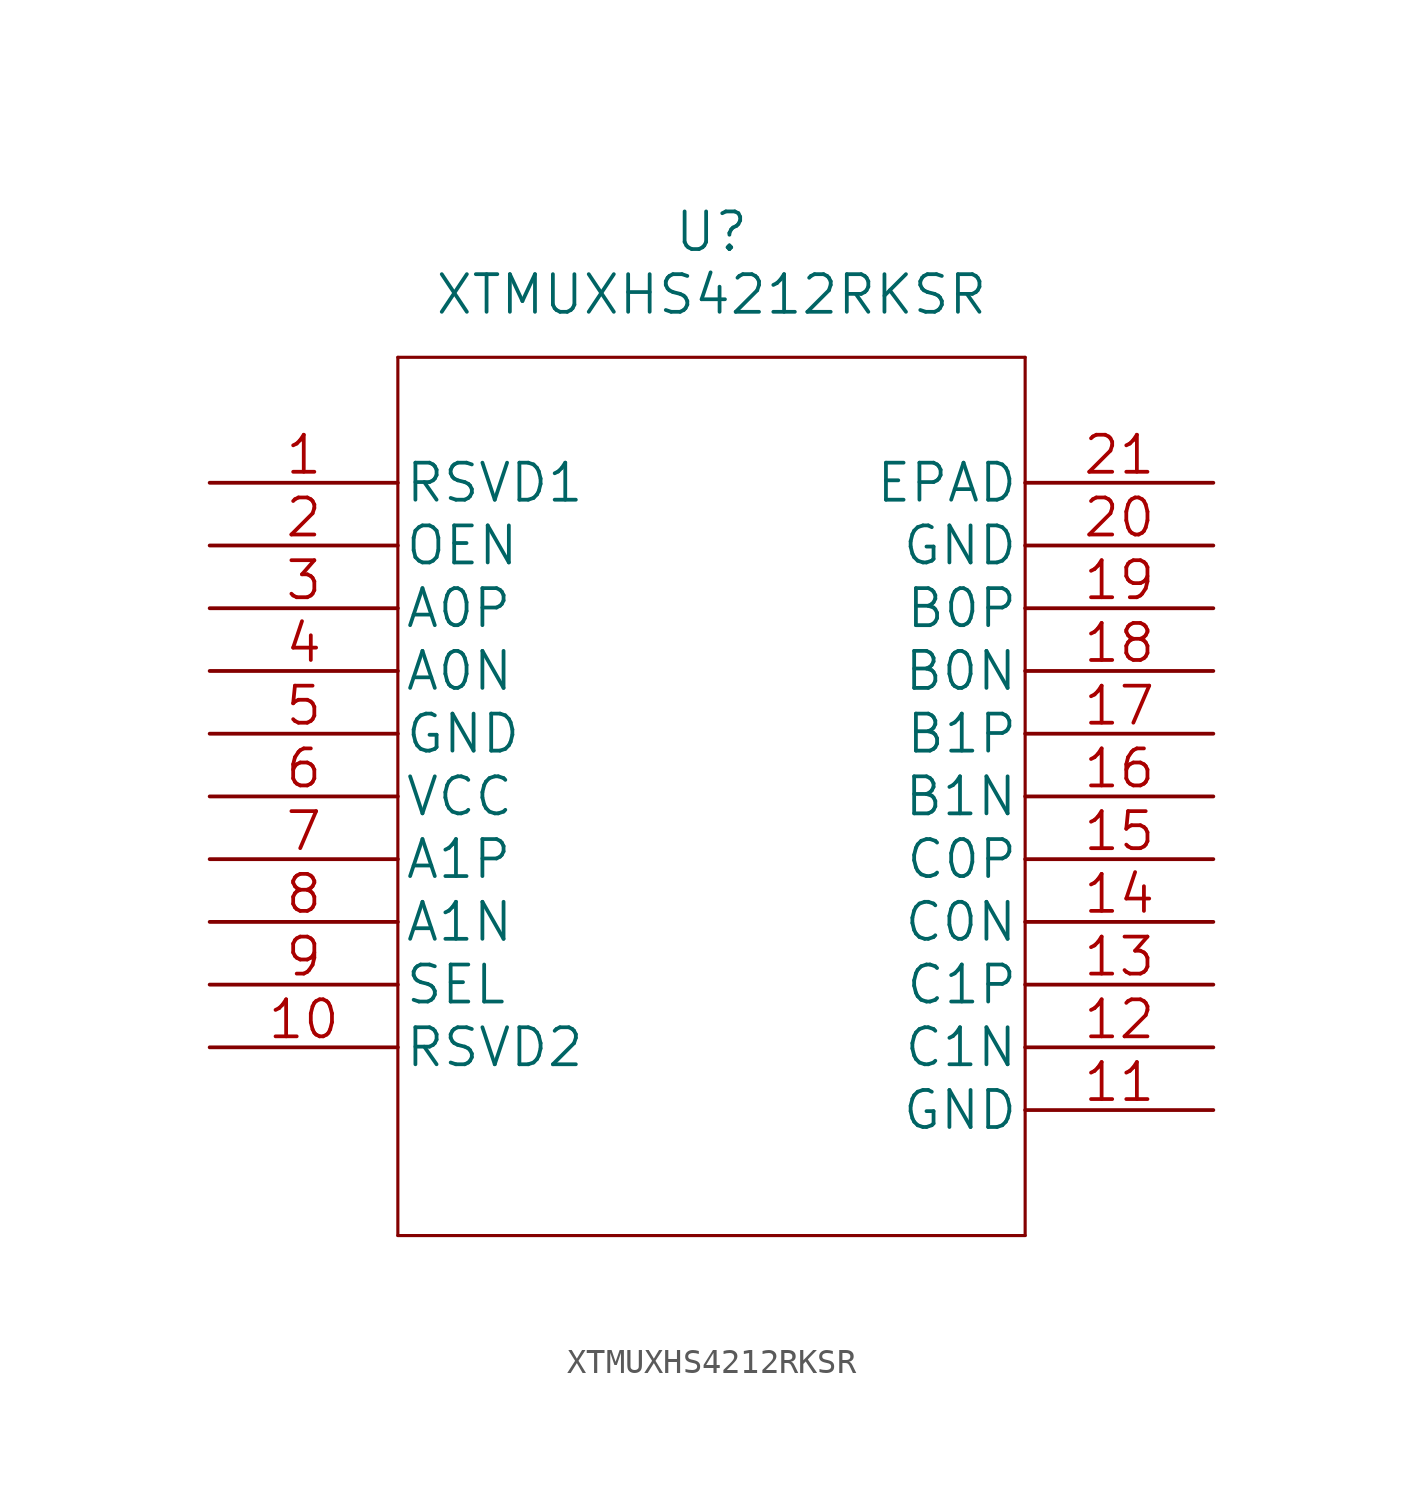
<source format=kicad_sym>
(kicad_symbol_lib
  (version 20220914)
  (generator kicad_symbol_editor)
  (symbol "XTMUXHS4212RKSR"
    (pin_names
      (offset 0.254))
    (property "Reference" "U"
      (at 20.32 10.16 0)
      (effects (font (size 1.524 1.524))))
    (property "Value" "XTMUXHS4212RKSR"
      (at 20.32 7.62 0)
      (effects (font (size 1.524 1.524))))
    (property "Datasheet" ""
      (at 0 0 0)
      (effects (font (size 1.524 1.524))))
    (symbol "XTMUXHS4212RKSR_1_1"
      (polyline (pts (xy 7.62 -30.48) (xy 33.02 -30.48)) (stroke (width 0.127) (type solid)) (fill (type none)))
      (polyline (pts (xy 7.62 5.08) (xy 7.62 -30.48)) (stroke (width 0.127) (type solid)) (fill (type none)))
      (polyline (pts (xy 33.02 -30.48) (xy 33.02 5.08)) (stroke (width 0.127) (type solid)) (fill (type none)))
      (polyline (pts (xy 33.02 5.08) (xy 7.62 5.08)) (stroke (width 0.127) (type solid)) (fill (type none)))
      (pin power_in line (at 0 0 0) (length 7.62) (name "RSVD1" (effects (font (size 1.499 1.499)))) (number "1" (effects (font (size 1.499 1.499)))))
      (pin power_in line (at 0 -22.86 0) (length 7.62) (name "RSVD2" (effects (font (size 1.499 1.499)))) (number "10" (effects (font (size 1.499 1.499)))))
      (pin power_in line (at 40.64 -25.4 180) (length 7.62) (name "GND" (effects (font (size 1.499 1.499)))) (number "11" (effects (font (size 1.499 1.499)))))
      (pin bidirectional line (at 40.64 -22.86 180) (length 7.62) (name "C1N" (effects (font (size 1.499 1.499)))) (number "12" (effects (font (size 1.499 1.499)))))
      (pin bidirectional line (at 40.64 -20.32 180) (length 7.62) (name "C1P" (effects (font (size 1.499 1.499)))) (number "13" (effects (font (size 1.499 1.499)))))
      (pin bidirectional line (at 40.64 -17.78 180) (length 7.62) (name "C0N" (effects (font (size 1.499 1.499)))) (number "14" (effects (font (size 1.499 1.499)))))
      (pin bidirectional line (at 40.64 -15.24 180) (length 7.62) (name "C0P" (effects (font (size 1.499 1.499)))) (number "15" (effects (font (size 1.499 1.499)))))
      (pin bidirectional line (at 40.64 -12.7 180) (length 7.62) (name "B1N" (effects (font (size 1.499 1.499)))) (number "16" (effects (font (size 1.499 1.499)))))
      (pin bidirectional line (at 40.64 -10.16 180) (length 7.62) (name "B1P" (effects (font (size 1.499 1.499)))) (number "17" (effects (font (size 1.499 1.499)))))
      (pin bidirectional line (at 40.64 -7.62 180) (length 7.62) (name "B0N" (effects (font (size 1.499 1.499)))) (number "18" (effects (font (size 1.499 1.499)))))
      (pin bidirectional line (at 40.64 -5.08 180) (length 7.62) (name "B0P" (effects (font (size 1.499 1.499)))) (number "19" (effects (font (size 1.499 1.499)))))
      (pin input line (at 0 -2.54 0) (length 7.62) (name "OEN" (effects (font (size 1.499 1.499)))) (number "2" (effects (font (size 1.499 1.499)))))
      (pin power_in line (at 40.64 -2.54 180) (length 7.62) (name "GND" (effects (font (size 1.499 1.499)))) (number "20" (effects (font (size 1.499 1.499)))))
      (pin unspecified line (at 40.64 0 180) (length 7.62) (name "EPAD" (effects (font (size 1.499 1.499)))) (number "21" (effects (font (size 1.499 1.499)))))
      (pin bidirectional line (at 0 -5.08 0) (length 7.62) (name "A0P" (effects (font (size 1.499 1.499)))) (number "3" (effects (font (size 1.499 1.499)))))
      (pin bidirectional line (at 0 -7.62 0) (length 7.62) (name "A0N" (effects (font (size 1.499 1.499)))) (number "4" (effects (font (size 1.499 1.499)))))
      (pin power_in line (at 0 -10.16 0) (length 7.62) (name "GND" (effects (font (size 1.499 1.499)))) (number "5" (effects (font (size 1.499 1.499)))))
      (pin power_in line (at 0 -12.7 0) (length 7.62) (name "VCC" (effects (font (size 1.499 1.499)))) (number "6" (effects (font (size 1.499 1.499)))))
      (pin bidirectional line (at 0 -15.24 0) (length 7.62) (name "A1P" (effects (font (size 1.499 1.499)))) (number "7" (effects (font (size 1.499 1.499)))))
      (pin bidirectional line (at 0 -17.78 0) (length 7.62) (name "A1N" (effects (font (size 1.499 1.499)))) (number "8" (effects (font (size 1.499 1.499)))))
      (pin input line (at 0 -20.32 0) (length 7.62) (name "SEL" (effects (font (size 1.499 1.499)))) (number "9" (effects (font (size 1.499 1.499))))))))
</source>
